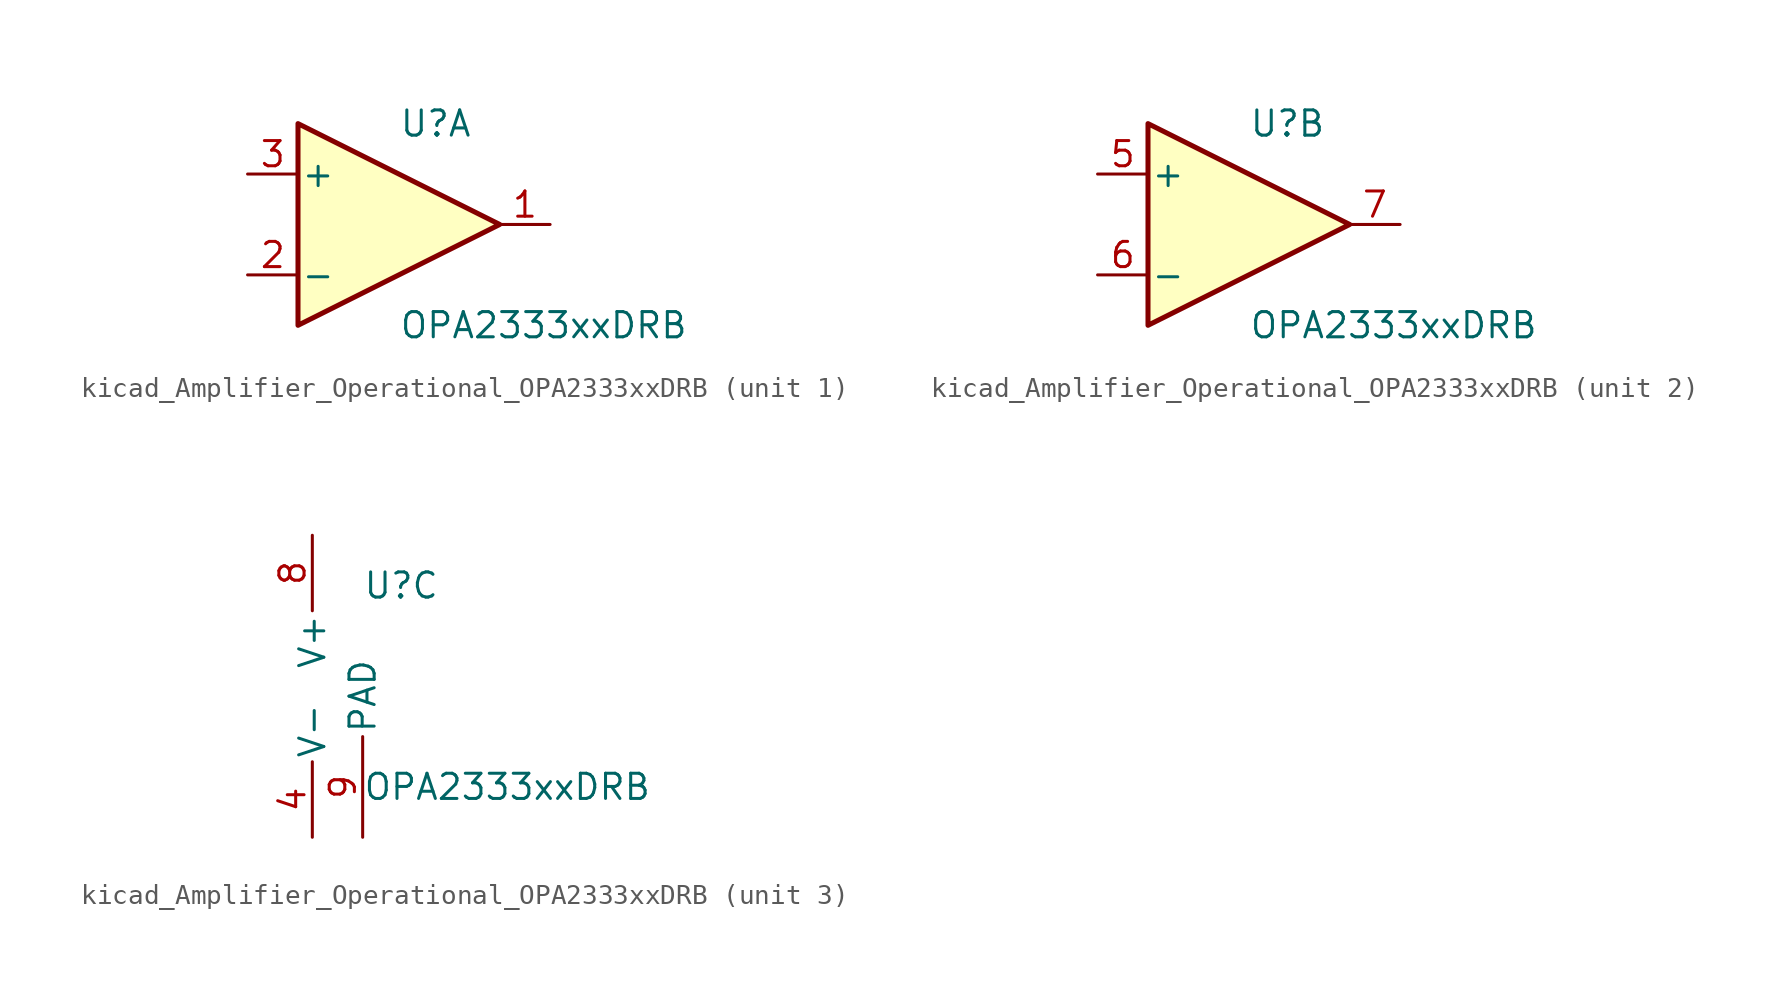
<source format=kicad_sym>
(kicad_symbol_lib
  (version 20220914)
  (generator kicad_symbol_editor)
  (symbol "kicad_Amplifier_Operational_OPA2333xxDRB"
    (pin_names
      (offset 0.127))
    (property "Reference" "U"
      (at 0 5.08 0)
      (effects (font (size 1.27 1.27)) (justify left)))
    (property "Value" "OPA2333xxDRB"
      (at 0 -5.08 0)
      (effects (font (size 1.27 1.27)) (justify left)))
    (property "ki_locked" ""
      (at 0 0 0)
      (effects (font (size 1.27 1.27))))
    (symbol "kicad_Amplifier_Operational_OPA2333xxDRB_1_1"
      (polyline (pts (xy -5.08 5.08) (xy 5.08 0) (xy -5.08 -5.08) (xy -5.08 5.08)) (stroke (width 0.254) (type default)) (fill (type background)))
      (pin output line (at 7.62 0 180) (length 2.54) (name "~" (effects (font (size 1.27 1.27)))) (number "1" (effects (font (size 1.27 1.27)))))
      (pin input line (at -7.62 -2.54 0) (length 2.54) (name "-" (effects (font (size 1.27 1.27)))) (number "2" (effects (font (size 1.27 1.27)))))
      (pin input line (at -7.62 2.54 0) (length 2.54) (name "+" (effects (font (size 1.27 1.27)))) (number "3" (effects (font (size 1.27 1.27))))))
    (symbol "kicad_Amplifier_Operational_OPA2333xxDRB_2_1"
      (polyline (pts (xy -5.08 5.08) (xy 5.08 0) (xy -5.08 -5.08) (xy -5.08 5.08)) (stroke (width 0.254) (type default)) (fill (type background)))
      (pin input line (at -7.62 2.54 0) (length 2.54) (name "+" (effects (font (size 1.27 1.27)))) (number "5" (effects (font (size 1.27 1.27)))))
      (pin input line (at -7.62 -2.54 0) (length 2.54) (name "-" (effects (font (size 1.27 1.27)))) (number "6" (effects (font (size 1.27 1.27)))))
      (pin output line (at 7.62 0 180) (length 2.54) (name "~" (effects (font (size 1.27 1.27)))) (number "7" (effects (font (size 1.27 1.27))))))
    (symbol "kicad_Amplifier_Operational_OPA2333xxDRB_3_1"
      (pin power_in line (at -2.54 -7.62 90) (length 3.81) (name "V-" (effects (font (size 1.27 1.27)))) (number "4" (effects (font (size 1.27 1.27)))))
      (pin power_in line (at -2.54 7.62 270) (length 3.81) (name "V+" (effects (font (size 1.27 1.27)))) (number "8" (effects (font (size 1.27 1.27)))))
      (pin power_in line (at 0 -7.62 90) (length 5.08) (name "PAD" (effects (font (size 1.27 1.27)))) (number "9" (effects (font (size 1.27 1.27))))))))
</source>
